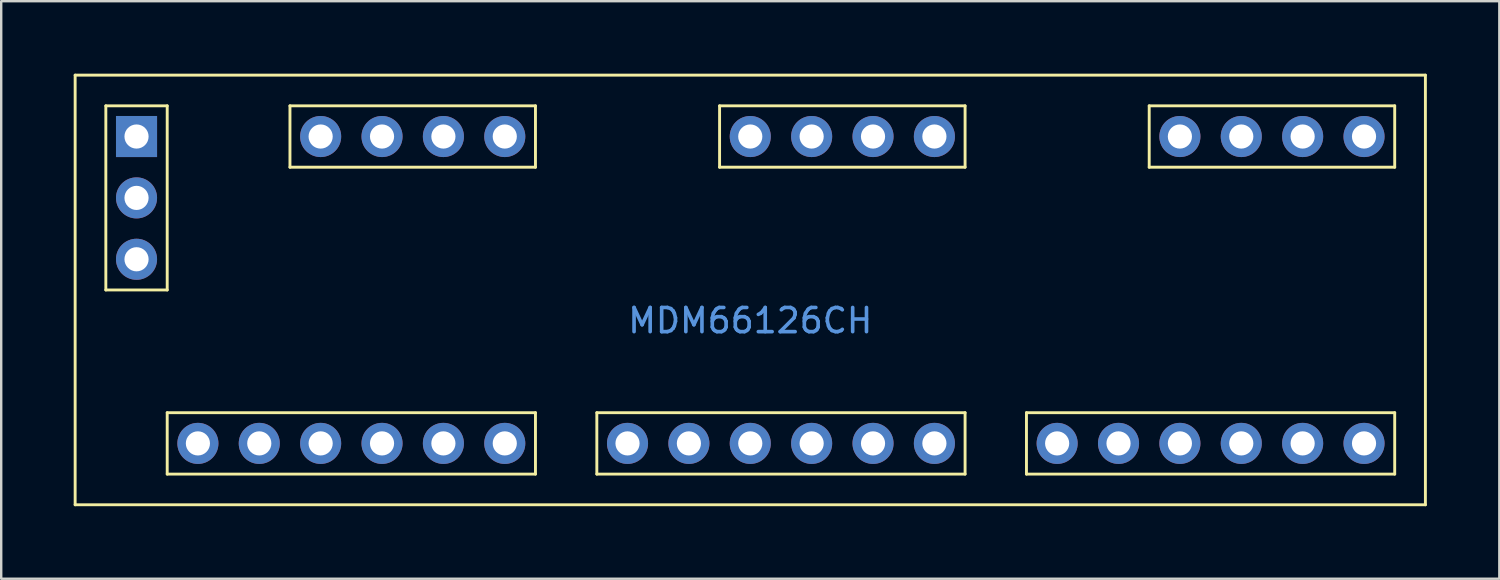
<source format=kicad_pcb>
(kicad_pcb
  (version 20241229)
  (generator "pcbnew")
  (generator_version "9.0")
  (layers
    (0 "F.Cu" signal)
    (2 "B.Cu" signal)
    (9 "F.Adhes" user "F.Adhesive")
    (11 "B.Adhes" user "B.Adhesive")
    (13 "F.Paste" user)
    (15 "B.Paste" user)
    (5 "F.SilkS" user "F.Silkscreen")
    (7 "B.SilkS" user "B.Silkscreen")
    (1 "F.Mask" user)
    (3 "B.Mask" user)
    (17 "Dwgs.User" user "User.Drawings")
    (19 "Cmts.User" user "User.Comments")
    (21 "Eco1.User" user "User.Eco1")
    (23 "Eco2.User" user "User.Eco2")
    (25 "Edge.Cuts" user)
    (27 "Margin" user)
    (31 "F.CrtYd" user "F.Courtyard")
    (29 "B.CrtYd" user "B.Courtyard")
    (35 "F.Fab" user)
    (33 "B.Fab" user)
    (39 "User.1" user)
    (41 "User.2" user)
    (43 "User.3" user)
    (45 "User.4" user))
  (footprint "MDM66126CH"
    (layer "F.Cu")
    (at 28 8.95)
    (property "Reference" "MDM66126CH" (at 0 1.27 0) (layer "Cmts.User") (effects (font (size 1 1) (thickness 0.15))))
    (attr through_hole)
    (fp_line (start -27.94 -8.89) (end -27.94 8.89) (stroke (width 0.12) (type solid)) (layer "F.SilkS"))
    (fp_line (start -27.94 -8.89) (end 27.94 -8.89) (stroke (width 0.12) (type solid)) (layer "F.SilkS"))
    (fp_line (start -27.94 8.89) (end 27.94 8.89) (stroke (width 0.12) (type solid)) (layer "F.SilkS"))
    (fp_line (start -26.67 -7.62) (end -24.13 -7.62) (stroke (width 0.12) (type solid)) (layer "F.SilkS"))
    (fp_line (start -26.67 0) (end -26.67 -7.62) (stroke (width 0.12) (type solid)) (layer "F.SilkS"))
    (fp_line (start -24.13 -7.62) (end -24.13 0) (stroke (width 0.12) (type solid)) (layer "F.SilkS"))
    (fp_line (start -24.13 0) (end -26.67 0) (stroke (width 0.12) (type solid)) (layer "F.SilkS"))
    (fp_line (start -24.13 5.08) (end -24.13 7.62) (stroke (width 0.12) (type solid)) (layer "F.SilkS"))
    (fp_line (start -24.13 7.62) (end -8.89 7.62) (stroke (width 0.12) (type solid)) (layer "F.SilkS"))
    (fp_line (start -19.05 -7.62) (end -19.05 -5.08) (stroke (width 0.12) (type solid)) (layer "F.SilkS"))
    (fp_line (start -19.05 -5.08) (end -8.89 -5.08) (stroke (width 0.12) (type solid)) (layer "F.SilkS"))
    (fp_line (start -8.89 -7.62) (end -19.05 -7.62) (stroke (width 0.12) (type solid)) (layer "F.SilkS"))
    (fp_line (start -8.89 -5.08) (end -8.89 -7.62) (stroke (width 0.12) (type solid)) (layer "F.SilkS"))
    (fp_line (start -8.89 5.08) (end -24.13 5.08) (stroke (width 0.12) (type solid)) (layer "F.SilkS"))
    (fp_line (start -8.89 7.62) (end -8.89 5.08) (stroke (width 0.12) (type solid)) (layer "F.SilkS"))
    (fp_line (start -6.35 5.08) (end -6.35 7.62) (stroke (width 0.12) (type solid)) (layer "F.SilkS"))
    (fp_line (start -6.35 7.62) (end 8.89 7.62) (stroke (width 0.12) (type solid)) (layer "F.SilkS"))
    (fp_line (start -1.27 -7.62) (end -1.27 -5.08) (stroke (width 0.12) (type solid)) (layer "F.SilkS"))
    (fp_line (start -1.27 -5.08) (end 8.89 -5.08) (stroke (width 0.12) (type solid)) (layer "F.SilkS"))
    (fp_line (start 8.89 -7.62) (end -1.27 -7.62) (stroke (width 0.12) (type solid)) (layer "F.SilkS"))
    (fp_line (start 8.89 -5.08) (end 8.89 -7.62) (stroke (width 0.12) (type solid)) (layer "F.SilkS"))
    (fp_line (start 8.89 5.08) (end -6.35 5.08) (stroke (width 0.12) (type solid)) (layer "F.SilkS"))
    (fp_line (start 8.89 7.62) (end 8.89 5.08) (stroke (width 0.12) (type solid)) (layer "F.SilkS"))
    (fp_line (start 11.43 5.08) (end 11.43 7.62) (stroke (width 0.12) (type solid)) (layer "F.SilkS"))
    (fp_line (start 11.43 7.62) (end 26.67 7.62) (stroke (width 0.12) (type solid)) (layer "F.SilkS"))
    (fp_line (start 16.51 -7.62) (end 16.51 -5.08) (stroke (width 0.12) (type solid)) (layer "F.SilkS"))
    (fp_line (start 16.51 -5.08) (end 26.67 -5.08) (stroke (width 0.12) (type solid)) (layer "F.SilkS"))
    (fp_line (start 26.67 -7.62) (end 16.51 -7.62) (stroke (width 0.12) (type solid)) (layer "F.SilkS"))
    (fp_line (start 26.67 -5.08) (end 26.67 -7.62) (stroke (width 0.12) (type solid)) (layer "F.SilkS"))
    (fp_line (start 26.67 5.08) (end 11.43 5.08) (stroke (width 0.12) (type solid)) (layer "F.SilkS"))
    (fp_line (start 26.67 7.62) (end 26.67 5.08) (stroke (width 0.12) (type solid)) (layer "F.SilkS"))
    (fp_line (start 27.94 8.89) (end 27.94 -8.89) (stroke (width 0.12) (type solid)) (layer "F.SilkS"))
    (pad "1" thru_hole circle (at -25.4 -1.27) (size 1.7 1.7) (drill 1) (layers "*.Cu" "*.Mask"))
    (pad "2" thru_hole circle (at -25.4 -3.81) (size 1.7 1.7) (drill 1) (layers "*.Cu" "*.Mask"))
    (pad "3" thru_hole circle (at -22.86 6.35) (size 1.7 1.7) (drill 1) (layers "*.Cu" "*.Mask"))
    (pad "4" thru_hole circle (at -20.32 6.35) (size 1.7 1.7) (drill 1) (layers "*.Cu" "*.Mask"))
    (pad "5" thru_hole circle (at -17.78 6.35) (size 1.7 1.7) (drill 1) (layers "*.Cu" "*.Mask"))
    (pad "6" thru_hole circle (at -10.16 6.35) (size 1.7 1.7) (drill 1) (layers "*.Cu" "*.Mask"))
    (pad "7" thru_hole circle (at -12.7 6.35) (size 1.7 1.7) (drill 1) (layers "*.Cu" "*.Mask"))
    (pad "8" thru_hole circle (at -15.24 6.35) (size 1.7 1.7) (drill 1) (layers "*.Cu" "*.Mask"))
    (pad "9" thru_hole circle (at -5.08 6.35) (size 1.7 1.7) (drill 1) (layers "*.Cu" "*.Mask"))
    (pad "10" thru_hole circle (at -2.54 6.35) (size 1.7 1.7) (drill 1) (layers "*.Cu" "*.Mask"))
    (pad "11" thru_hole circle (at 0 6.35) (size 1.7 1.7) (drill 1) (layers "*.Cu" "*.Mask"))
    (pad "12" thru_hole circle (at 7.62 6.35) (size 1.7 1.7) (drill 1) (layers "*.Cu" "*.Mask"))
    (pad "13" thru_hole circle (at 5.08 6.35) (size 1.7 1.7) (drill 1) (layers "*.Cu" "*.Mask"))
    (pad "14" thru_hole circle (at 2.54 6.35) (size 1.7 1.7) (drill 1) (layers "*.Cu" "*.Mask"))
    (pad "15" thru_hole circle (at 12.7 6.35) (size 1.7 1.7) (drill 1) (layers "*.Cu" "*.Mask"))
    (pad "16" thru_hole circle (at 15.24 6.35) (size 1.7 1.7) (drill 1) (layers "*.Cu" "*.Mask"))
    (pad "17" thru_hole circle (at 17.78 6.35) (size 1.7 1.7) (drill 1) (layers "*.Cu" "*.Mask"))
    (pad "18" thru_hole circle (at 25.4 6.35) (size 1.7 1.7) (drill 1) (layers "*.Cu" "*.Mask"))
    (pad "19" thru_hole circle (at 22.86 6.35) (size 1.7 1.7) (drill 1) (layers "*.Cu" "*.Mask"))
    (pad "20" thru_hole circle (at 20.32 6.35) (size 1.7 1.7) (drill 1) (layers "*.Cu" "*.Mask"))
    (pad "21" thru_hole rect (at -25.4 -6.35) (size 1.7 1.7) (drill 1) (layers "*.Cu" "*.Mask"))
    (pad "22" thru_hole circle (at -17.78 -6.35) (size 1.7 1.7) (drill 1) (layers "*.Cu" "*.Mask"))
    (pad "23" thru_hole circle (at -15.24 -6.35) (size 1.7 1.7) (drill 1) (layers "*.Cu" "*.Mask"))
    (pad "24" thru_hole circle (at -10.16 -6.35) (size 1.7 1.7) (drill 1) (layers "*.Cu" "*.Mask"))
    (pad "25" thru_hole circle (at -12.7 -6.35) (size 1.7 1.7) (drill 1) (layers "*.Cu" "*.Mask"))
    (pad "26" thru_hole circle (at 0 -6.35) (size 1.7 1.7) (drill 1) (layers "*.Cu" "*.Mask"))
    (pad "27" thru_hole circle (at 2.54 -6.35) (size 1.7 1.7) (drill 1) (layers "*.Cu" "*.Mask"))
    (pad "28" thru_hole circle (at 7.62 -6.35) (size 1.7 1.7) (drill 1) (layers "*.Cu" "*.Mask"))
    (pad "29" thru_hole circle (at 5.08 -6.35) (size 1.7 1.7) (drill 1) (layers "*.Cu" "*.Mask"))
    (pad "30" thru_hole circle (at 17.78 -6.35) (size 1.7 1.7) (drill 1) (layers "*.Cu" "*.Mask"))
    (pad "31" thru_hole circle (at 20.32 -6.35) (size 1.7 1.7) (drill 1) (layers "*.Cu" "*.Mask"))
    (pad "32" thru_hole circle (at 25.4 -6.35) (size 1.7 1.7) (drill 1) (layers "*.Cu" "*.Mask"))
    (pad "33" thru_hole circle (at 22.86 -6.35) (size 1.7 1.7) (drill 1) (layers "*.Cu" "*.Mask")))
  (gr_rect
    (start -3 -3)
    (end 59 20.9)
    (stroke (width 0.1) (type default))
    (fill no)
    (layer "Edge.Cuts")))
</source>
